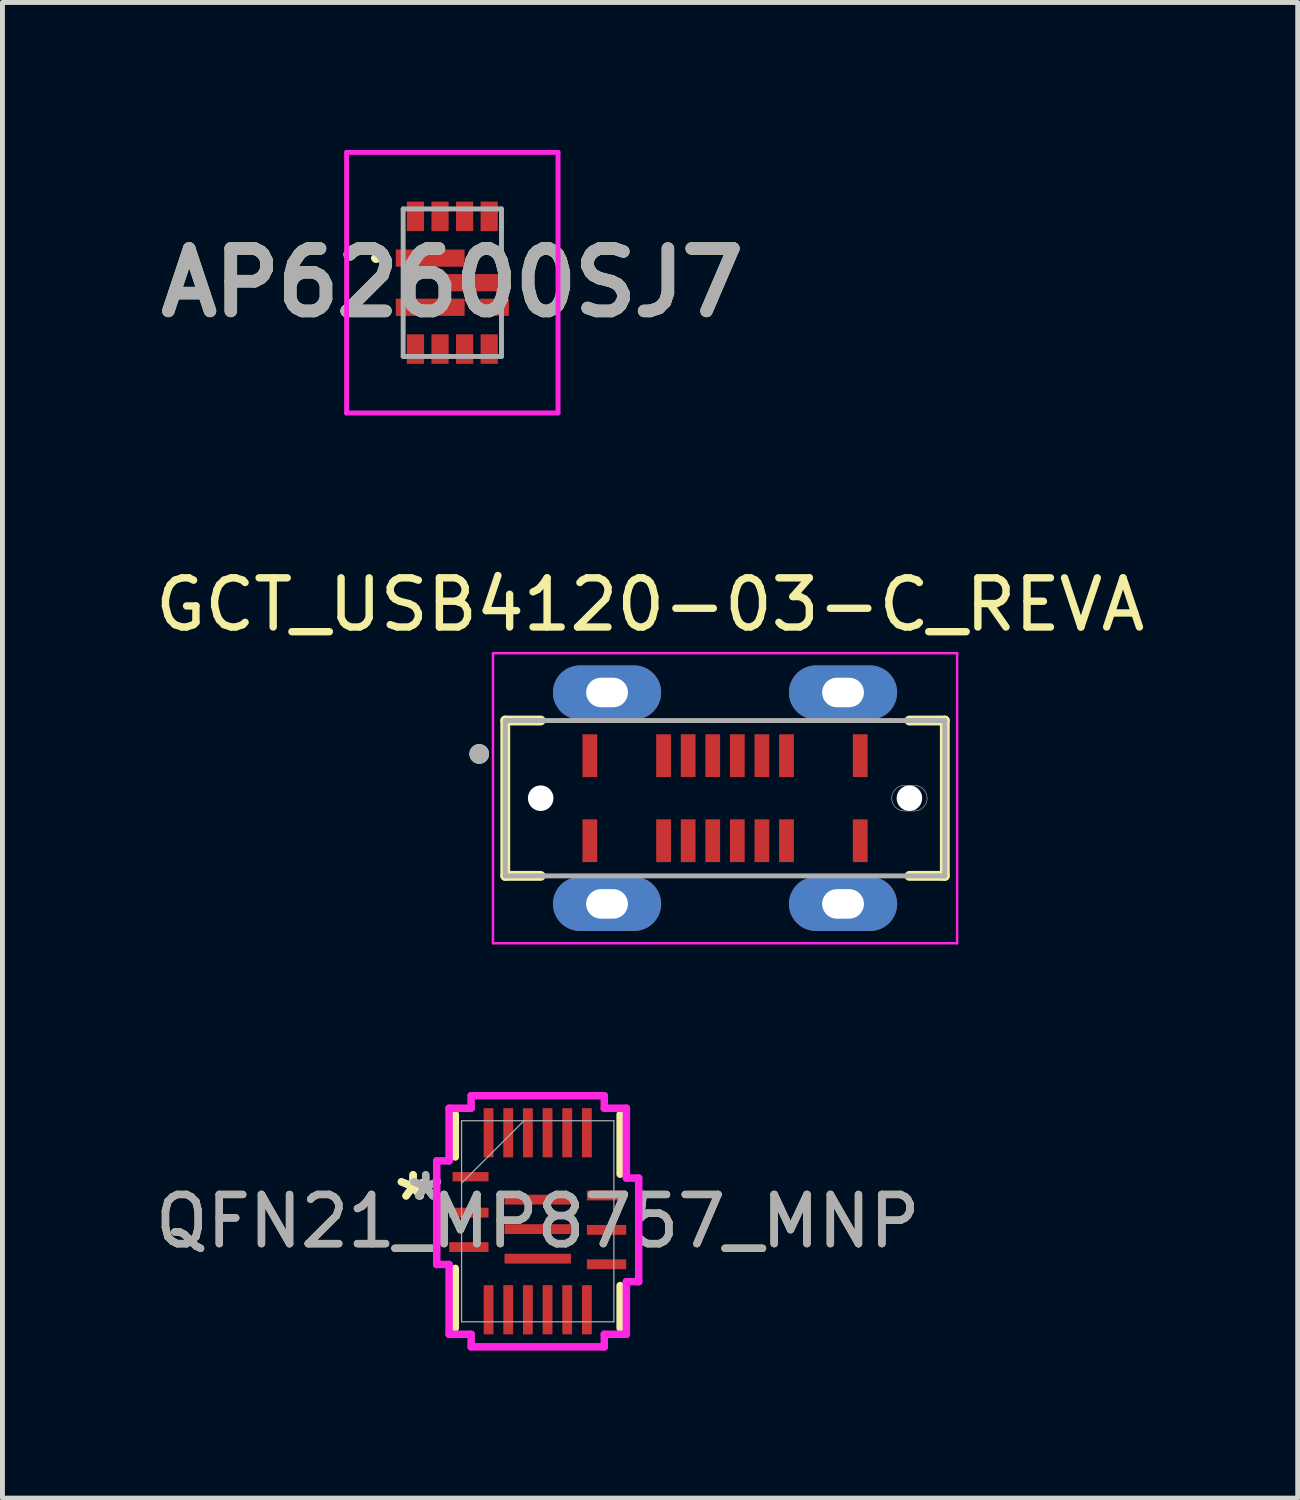
<source format=kicad_pcb>
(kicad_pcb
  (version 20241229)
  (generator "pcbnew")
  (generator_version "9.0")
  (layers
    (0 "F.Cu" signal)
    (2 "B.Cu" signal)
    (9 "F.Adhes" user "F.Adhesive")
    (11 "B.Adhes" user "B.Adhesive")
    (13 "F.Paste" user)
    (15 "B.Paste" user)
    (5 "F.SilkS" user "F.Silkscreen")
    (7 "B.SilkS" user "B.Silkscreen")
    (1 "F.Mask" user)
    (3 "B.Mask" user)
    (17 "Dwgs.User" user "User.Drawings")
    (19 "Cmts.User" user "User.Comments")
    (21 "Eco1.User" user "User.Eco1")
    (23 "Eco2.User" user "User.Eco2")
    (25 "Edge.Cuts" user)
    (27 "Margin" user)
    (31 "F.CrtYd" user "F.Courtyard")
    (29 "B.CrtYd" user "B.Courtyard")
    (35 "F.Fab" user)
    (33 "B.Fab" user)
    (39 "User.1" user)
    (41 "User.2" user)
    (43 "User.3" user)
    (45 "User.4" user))
  (footprint "AP62600SJ7"
    (layer "F.Cu")
    (at 6.15 2.7)
    (property "Reference" "AP62600SJ7" (at 0 0 0) (layer "F.SilkS") (effects (font (size 1.27 1.27) (thickness 0.254))))
    (attr smd)
    (fp_line (start -1.6 -0.5) (end -1.6 -0.5) (stroke (width 0.1) (type solid)) (layer "F.SilkS"))
    (fp_line (start -1.5 -0.5) (end -1.5 -0.5) (stroke (width 0.1) (type solid)) (layer "F.SilkS"))
    (fp_arc (start -1.6 -0.5) (mid -1.55 -0.55) (end -1.5 -0.5) (stroke (width 0.1) (type solid)) (layer "F.SilkS"))
    (fp_arc (start -1.5 -0.5) (mid -1.55 -0.45) (end -1.6 -0.5) (stroke (width 0.1) (type solid)) (layer "F.SilkS"))
    (fp_line (start -2.15 -2.65) (end 2.15 -2.65) (stroke (width 0.1) (type solid)) (layer "F.CrtYd"))
    (fp_line (start -2.15 2.65) (end -2.15 -2.65) (stroke (width 0.1) (type solid)) (layer "F.CrtYd"))
    (fp_line (start 2.15 -2.65) (end 2.15 2.65) (stroke (width 0.1) (type solid)) (layer "F.CrtYd"))
    (fp_line (start 2.15 2.65) (end -2.15 2.65) (stroke (width 0.1) (type solid)) (layer "F.CrtYd"))
    (fp_line (start -1 -1.5) (end 1 -1.5) (stroke (width 0.1) (type solid)) (layer "F.Fab"))
    (fp_line (start -1 1.5) (end -1 -1.5) (stroke (width 0.1) (type solid)) (layer "F.Fab"))
    (fp_line (start 1 -1.5) (end 1 1.5) (stroke (width 0.1) (type solid)) (layer "F.Fab"))
    (fp_line (start 1 1.5) (end -1 1.5) (stroke (width 0.1) (type solid)) (layer "F.Fab"))
    (fp_text user "${REFERENCE}" (at 0 0 0) (layer "F.Fab") (effects (font (size 1.27 1.27) (thickness 0.254))))
    (pad "1" smd rect (at -0.45 -0.5 90) (size 0.35 1.4) (layers "F.Cu" "F.Mask" "F.Paste"))
    (pad "2" smd rect (at -0.45 0.5 90) (size 0.35 1.4) (layers "F.Cu" "F.Mask" "F.Paste"))
    (pad "3" smd rect (at -0.75 1.35) (size 0.35 0.6) (layers "F.Cu" "F.Mask" "F.Paste"))
    (pad "4" smd rect (at -0.25 1.35) (size 0.35 0.6) (layers "F.Cu" "F.Mask" "F.Paste"))
    (pad "5" smd rect (at 0.25 1.35) (size 0.35 0.6) (layers "F.Cu" "F.Mask" "F.Paste"))
    (pad "6" smd rect (at 0.75 1.35) (size 0.35 0.6) (layers "F.Cu" "F.Mask" "F.Paste"))
    (pad "7" smd rect (at 0.85 0.5 90) (size 0.35 0.6) (layers "F.Cu" "F.Mask" "F.Paste"))
    (pad "8" smd rect (at 0.45 0 90) (size 0.35 1.4) (layers "F.Cu" "F.Mask" "F.Paste"))
    (pad "9" smd rect (at 0.75 -1.35) (size 0.35 0.6) (layers "F.Cu" "F.Mask" "F.Paste"))
    (pad "10" smd rect (at 0.25 -1.35) (size 0.35 0.6) (layers "F.Cu" "F.Mask" "F.Paste"))
    (pad "11" smd rect (at -0.25 -1.35) (size 0.35 0.6) (layers "F.Cu" "F.Mask" "F.Paste"))
    (pad "12" smd rect (at -0.75 -1.35) (size 0.35 0.6) (layers "F.Cu" "F.Mask" "F.Paste")))
  (footprint "QFN21_MP8757_MNP"
    (layer "F.Cu")
    (at 7.887 21.79)
    (property "Reference" "QFN21_MP8757_MNP" (at 0 0 0) (unlocked yes) (layer "F.SilkS") (effects (font (size 1 1) (thickness 0.15))))
    (attr smd)
    (fp_line (start -1.676 -1.308) (end -1.676 -2.172) (stroke (width 0.152) (type solid)) (layer "F.SilkS"))
    (fp_line (start -1.676 2.172) (end -1.676 0.958) (stroke (width 0.152) (type solid)) (layer "F.SilkS"))
    (fp_line (start 1.676 -2.172) (end 1.676 -0.958) (stroke (width 0.152) (type solid)) (layer "F.SilkS"))
    (fp_line (start 1.676 1.308) (end 1.676 2.172) (stroke (width 0.152) (type solid)) (layer "F.SilkS"))
    (fp_line (start -2.054 -1.229) (end -2.054 0.879) (stroke (width 0.152) (type solid)) (layer "F.CrtYd"))
    (fp_line (start -2.054 0.879) (end -1.803 0.879) (stroke (width 0.152) (type solid)) (layer "F.CrtYd"))
    (fp_line (start -1.803 -2.299) (end -1.803 -1.229) (stroke (width 0.152) (type solid)) (layer "F.CrtYd"))
    (fp_line (start -1.803 -1.229) (end -2.054 -1.229) (stroke (width 0.152) (type solid)) (layer "F.CrtYd"))
    (fp_line (start -1.803 0.879) (end -1.803 2.299) (stroke (width 0.152) (type solid)) (layer "F.CrtYd"))
    (fp_line (start -1.803 2.299) (end -1.354 2.299) (stroke (width 0.152) (type solid)) (layer "F.CrtYd"))
    (fp_line (start -1.354 -2.554) (end -1.354 -2.299) (stroke (width 0.152) (type solid)) (layer "F.CrtYd"))
    (fp_line (start -1.354 -2.299) (end -1.803 -2.299) (stroke (width 0.152) (type solid)) (layer "F.CrtYd"))
    (fp_line (start -1.354 2.299) (end -1.354 2.554) (stroke (width 0.152) (type solid)) (layer "F.CrtYd"))
    (fp_line (start -1.354 2.554) (end 1.354 2.554) (stroke (width 0.152) (type solid)) (layer "F.CrtYd"))
    (fp_line (start 1.354 -2.554) (end -1.354 -2.554) (stroke (width 0.152) (type solid)) (layer "F.CrtYd"))
    (fp_line (start 1.354 -2.299) (end 1.354 -2.554) (stroke (width 0.152) (type solid)) (layer "F.CrtYd"))
    (fp_line (start 1.354 2.299) (end 1.803 2.299) (stroke (width 0.152) (type solid)) (layer "F.CrtYd"))
    (fp_line (start 1.354 2.554) (end 1.354 2.299) (stroke (width 0.152) (type solid)) (layer "F.CrtYd"))
    (fp_line (start 1.803 -2.299) (end 1.354 -2.299) (stroke (width 0.152) (type solid)) (layer "F.CrtYd"))
    (fp_line (start 1.803 -0.879) (end 1.803 -2.299) (stroke (width 0.152) (type solid)) (layer "F.CrtYd"))
    (fp_line (start 1.803 1.229) (end 2.054 1.229) (stroke (width 0.152) (type solid)) (layer "F.CrtYd"))
    (fp_line (start 1.803 2.299) (end 1.803 1.229) (stroke (width 0.152) (type solid)) (layer "F.CrtYd"))
    (fp_line (start 2.054 -0.879) (end 1.803 -0.879) (stroke (width 0.152) (type solid)) (layer "F.CrtYd"))
    (fp_line (start 2.054 1.229) (end 2.054 -0.879) (stroke (width 0.152) (type solid)) (layer "F.CrtYd"))
    (fp_line (start -1.549 -2.045) (end -1.549 2.045) (stroke (width 0.025) (type solid)) (layer "F.Fab"))
    (fp_line (start -1.549 -0.775) (end -0.279 -2.045) (stroke (width 0.025) (type solid)) (layer "F.Fab"))
    (fp_line (start -1.549 2.045) (end 1.549 2.045) (stroke (width 0.025) (type solid)) (layer "F.Fab"))
    (fp_line (start 1.549 -2.045) (end -1.549 -2.045) (stroke (width 0.025) (type solid)) (layer "F.Fab"))
    (fp_line (start 1.549 2.045) (end 1.549 -2.045) (stroke (width 0.025) (type solid)) (layer "F.Fab"))
    (fp_text user "*" (at -2.535 -0.4 0) (layer "F.SilkS") (effects (font (size 1 1) (thickness 0.15))))
    (fp_text user "*" (at -2.535 -0.4 0) (unlocked yes) (layer "F.SilkS") (effects (font (size 1 1) (thickness 0.15))))
    (fp_text user "${REFERENCE}" (at 0 0 0) (unlocked yes) (layer "F.Fab") (effects (font (size 1 1) (thickness 0.15))))
    (fp_text user "*" (at -2.278 -0.4 0) (layer "F.Fab") (effects (font (size 1 1) (thickness 0.15))))
    (fp_text user "*" (at -2.278 -0.4 0) (unlocked yes) (layer "F.Fab") (effects (font (size 1 1) (thickness 0.15))))
    (pad "1" smd rect (at -1.366 -0.906) (size 0.732 0.189) (layers "F.Cu" "F.Mask" "F.Paste"))
    (pad "2" smd rect (at -1.4 -0.175) (size 0.8 0.2) (layers "F.Cu" "F.Mask" "F.Paste"))
    (pad "3" smd rect (at -1.4 0.525) (size 0.8 0.2) (layers "F.Cu" "F.Mask" "F.Paste"))
    (pad "4" smd rect (at -1 1.8 90) (size 1 0.2) (layers "F.Cu" "F.Mask" "F.Paste"))
    (pad "5" smd rect (at -0.6 1.8 90) (size 1 0.2) (layers "F.Cu" "F.Mask" "F.Paste"))
    (pad "6" smd rect (at -0.2 1.8 90) (size 1 0.2) (layers "F.Cu" "F.Mask" "F.Paste"))
    (pad "7" smd rect (at 0.2 1.8 90) (size 1 0.2) (layers "F.Cu" "F.Mask" "F.Paste"))
    (pad "8" smd rect (at 0.6 1.8 90) (size 1 0.2) (layers "F.Cu" "F.Mask" "F.Paste"))
    (pad "9" smd rect (at 1 1.8 90) (size 1 0.2) (layers "F.Cu" "F.Mask" "F.Paste"))
    (pad "10" smd rect (at 1.4 0.875) (size 0.8 0.2) (layers "F.Cu" "F.Mask" "F.Paste"))
    (pad "11" smd rect (at 1.4 0.175) (size 0.8 0.2) (layers "F.Cu" "F.Mask" "F.Paste"))
    (pad "12" smd rect (at 1.4 -0.525) (size 0.8 0.2) (layers "F.Cu" "F.Mask" "F.Paste"))
    (pad "13" smd rect (at 1 -1.8 90) (size 1 0.2) (layers "F.Cu" "F.Mask" "F.Paste"))
    (pad "14" smd rect (at 0.6 -1.8 90) (size 1 0.2) (layers "F.Cu" "F.Mask" "F.Paste"))
    (pad "15" smd rect (at 0.2 -1.8 90) (size 1 0.2) (layers "F.Cu" "F.Mask" "F.Paste"))
    (pad "16" smd rect (at -0.2 -1.8 90) (size 1 0.2) (layers "F.Cu" "F.Mask" "F.Paste"))
    (pad "17" smd rect (at -0.6 -1.8 90) (size 1 0.2) (layers "F.Cu" "F.Mask" "F.Paste"))
    (pad "18" smd rect (at -1 -1.8 90) (size 1 0.2) (layers "F.Cu" "F.Mask" "F.Paste"))
    (pad "19" smd rect (at 0 -0.44) (size 1.35 0.2) (layers "F.Cu" "F.Mask" "F.Paste"))
    (pad "20" smd rect (at 0 0.16) (size 1.35 0.2) (layers "F.Cu" "F.Mask" "F.Paste"))
    (pad "21" smd rect (at 0 0.76) (size 1.35 0.2) (layers "F.Cu" "F.Mask" "F.Paste")))
  (footprint "GCT_USB4120-03-C_REVA"
    (layer "F.Cu")
    (at 11.697 13.185)
    (property "Reference" "GCT_USB4120-03-C_REVA" (at -1.524 -3.937 0) (layer "F.SilkS") (effects (font (size 1 1) (thickness 0.15))))
    (attr smd)
    (fp_line (start -4.47 -1.58) (end -4.47 1.58) (stroke (width 0.2) (type solid)) (layer "F.SilkS"))
    (fp_line (start -4.47 1.58) (end -3.75 1.58) (stroke (width 0.2) (type solid)) (layer "F.SilkS"))
    (fp_line (start -3.75 -1.58) (end -4.47 -1.58) (stroke (width 0.2) (type solid)) (layer "F.SilkS"))
    (fp_line (start 3.75 -1.58) (end 4.47 -1.58) (stroke (width 0.2) (type solid)) (layer "F.SilkS"))
    (fp_line (start 4.47 -1.58) (end 4.47 1.58) (stroke (width 0.2) (type solid)) (layer "F.SilkS"))
    (fp_line (start 4.47 1.58) (end 3.75 1.58) (stroke (width 0.2) (type solid)) (layer "F.SilkS"))
    (fp_circle (center -5 -0.9) (end -4.9 -0.9) (stroke (width 0.2) (type solid)) (fill no) (layer "F.SilkS"))
    (fp_line (start 3.65 -0.26) (end 3.85 -0.26) (stroke (width 0.01) (type solid)) (layer "Edge.Cuts"))
    (fp_line (start 3.85 0.26) (end 3.65 0.26) (stroke (width 0.01) (type solid)) (layer "Edge.Cuts"))
    (fp_arc (start 3.39 0) (mid 3.466152 -0.183848) (end 3.65 -0.26) (stroke (width 0.01) (type solid)) (layer "Edge.Cuts"))
    (fp_arc (start 3.65 0.26) (mid 3.466152 0.183848) (end 3.39 0) (stroke (width 0.01) (type solid)) (layer "Edge.Cuts"))
    (fp_arc (start 3.85 -0.26) (mid 4.033848 -0.183848) (end 4.11 0) (stroke (width 0.01) (type solid)) (layer "Edge.Cuts"))
    (fp_arc (start 4.11 0) (mid 4.033848 0.183848) (end 3.85 0.26) (stroke (width 0.01) (type solid)) (layer "Edge.Cuts"))
    (fp_line (start -4.72 -2.95) (end 4.72 -2.95) (stroke (width 0.05) (type solid)) (layer "F.CrtYd"))
    (fp_line (start -4.72 2.95) (end -4.72 -2.95) (stroke (width 0.05) (type solid)) (layer "F.CrtYd"))
    (fp_line (start 4.72 -2.95) (end 4.72 2.95) (stroke (width 0.05) (type solid)) (layer "F.CrtYd"))
    (fp_line (start 4.72 2.95) (end -4.72 2.95) (stroke (width 0.05) (type solid)) (layer "F.CrtYd"))
    (fp_line (start -4.47 -1.58) (end 4.47 -1.58) (stroke (width 0.1) (type solid)) (layer "F.Fab"))
    (fp_line (start -4.47 1.58) (end -4.47 -1.58) (stroke (width 0.1) (type solid)) (layer "F.Fab"))
    (fp_line (start 4.47 -1.58) (end 4.47 1.58) (stroke (width 0.1) (type solid)) (layer "F.Fab"))
    (fp_line (start 4.47 1.58) (end -4.47 1.58) (stroke (width 0.1) (type solid)) (layer "F.Fab"))
    (fp_circle (center -5 -0.9) (end -4.9 -0.9) (stroke (width 0.2) (type solid)) (fill no) (layer "F.Fab"))
    (pad "" np_thru_hole circle (at -3.75 0) (size 0.52 0.52) (drill 0.52) (layers "*.Cu" "*.Mask"))
    (pad "" np_thru_hole circle (at 3.75 0) (size 0.52 0.52) (drill 0.52) (layers "*.Cu" "*.Mask"))
    (pad "A1" smd rect (at -2.75 -0.865) (size 0.3 0.87) (layers "F.Cu" "F.Mask" "F.Paste"))
    (pad "A4" smd rect (at -1.25 -0.865) (size 0.3 0.87) (layers "F.Cu" "F.Mask" "F.Paste"))
    (pad "A5" smd rect (at -0.75 -0.865) (size 0.3 0.87) (layers "F.Cu" "F.Mask" "F.Paste"))
    (pad "A6" smd rect (at -0.25 -0.865) (size 0.3 0.87) (layers "F.Cu" "F.Mask" "F.Paste"))
    (pad "A7" smd rect (at 0.25 -0.865) (size 0.3 0.87) (layers "F.Cu" "F.Mask" "F.Paste"))
    (pad "A8" smd rect (at 0.75 -0.865) (size 0.3 0.87) (layers "F.Cu" "F.Mask" "F.Paste"))
    (pad "A9" smd rect (at 1.25 -0.865) (size 0.3 0.87) (layers "F.Cu" "F.Mask" "F.Paste"))
    (pad "A12" smd rect (at 2.75 -0.865) (size 0.3 0.87) (layers "F.Cu" "F.Mask" "F.Paste"))
    (pad "B1" smd rect (at 2.75 0.865) (size 0.3 0.87) (layers "F.Cu" "F.Mask" "F.Paste"))
    (pad "B4" smd rect (at 1.25 0.865) (size 0.3 0.87) (layers "F.Cu" "F.Mask" "F.Paste"))
    (pad "B5" smd rect (at 0.75 0.865) (size 0.3 0.87) (layers "F.Cu" "F.Mask" "F.Paste"))
    (pad "B6" smd rect (at 0.25 0.865) (size 0.3 0.87) (layers "F.Cu" "F.Mask" "F.Paste"))
    (pad "B7" smd rect (at -0.25 0.865) (size 0.3 0.87) (layers "F.Cu" "F.Mask" "F.Paste"))
    (pad "B8" smd rect (at -0.75 0.865) (size 0.3 0.87) (layers "F.Cu" "F.Mask" "F.Paste"))
    (pad "B9" smd rect (at -1.25 0.865) (size 0.3 0.87) (layers "F.Cu" "F.Mask" "F.Paste"))
    (pad "B12" smd rect (at -2.75 0.865) (size 0.3 0.87) (layers "F.Cu" "F.Mask" "F.Paste"))
    (pad "S1" thru_hole oval (at -2.4 -2.15) (size 2.2 1.1) (drill oval 0.85 0.6) (layers "*.Cu" "*.Mask"))
    (pad "S2" thru_hole oval (at -2.4 2.15) (size 2.2 1.1) (drill oval 0.85 0.6) (layers "*.Cu" "*.Mask"))
    (pad "S3" thru_hole oval (at 2.4 -2.15) (size 2.2 1.1) (drill oval 0.85 0.6) (layers "*.Cu" "*.Mask"))
    (pad "S4" thru_hole oval (at 2.4 2.15) (size 2.2 1.1) (drill oval 0.85 0.6) (layers "*.Cu" "*.Mask")))
  (gr_rect
    (start -3 -3)
    (end 23.345 27.421)
    (stroke (width 0.1) (type default))
    (fill no)
    (layer "Edge.Cuts")))
</source>
